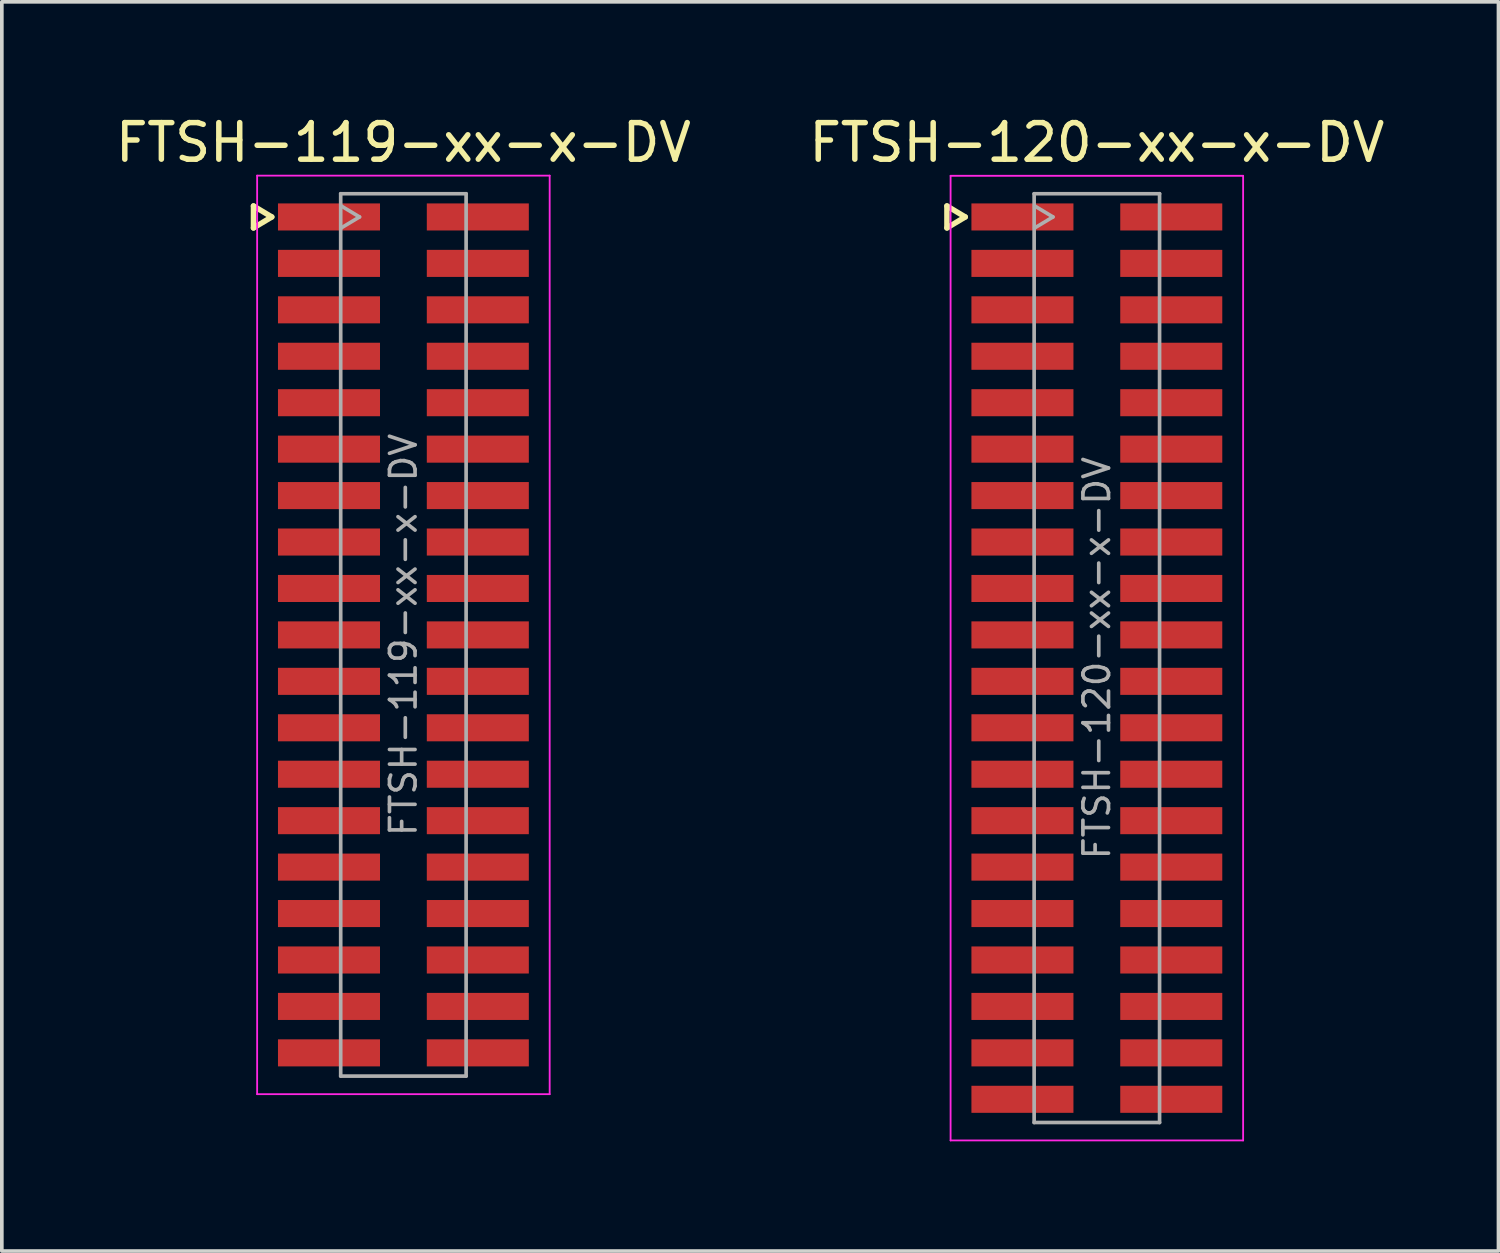
<source format=kicad_pcb>
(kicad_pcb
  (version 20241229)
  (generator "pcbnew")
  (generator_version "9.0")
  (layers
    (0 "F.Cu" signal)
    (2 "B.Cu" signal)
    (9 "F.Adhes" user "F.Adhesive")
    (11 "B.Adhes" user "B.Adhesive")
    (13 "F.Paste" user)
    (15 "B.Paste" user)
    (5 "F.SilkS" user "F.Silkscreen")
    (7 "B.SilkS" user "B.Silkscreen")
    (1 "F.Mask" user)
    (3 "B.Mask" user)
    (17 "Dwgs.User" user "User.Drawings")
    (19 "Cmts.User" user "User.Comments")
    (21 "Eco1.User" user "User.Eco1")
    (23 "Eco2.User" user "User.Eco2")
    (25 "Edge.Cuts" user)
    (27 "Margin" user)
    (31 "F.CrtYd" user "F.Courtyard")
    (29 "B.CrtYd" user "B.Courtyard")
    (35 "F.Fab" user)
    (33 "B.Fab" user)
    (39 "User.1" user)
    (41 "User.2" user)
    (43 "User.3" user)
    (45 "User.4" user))
  (footprint "FTSH-120-xx-x-DV"
    (layer "F.Cu")
    (at 26.946 14.948)
    (property "Reference" "FTSH-120-xx-x-DV" (at 0 -14.1 0) (layer "F.SilkS") (effects (font (size 1 1) (thickness 0.15))))
    (attr smd)
    (fp_line (start -4.1 -12.365) (end -4.1 -11.765) (stroke (width 0.15) (type solid)) (layer "F.SilkS"))
    (fp_line (start -4.1 -11.765) (end -3.6 -12.065) (stroke (width 0.15) (type solid)) (layer "F.SilkS"))
    (fp_line (start -3.6 -12.065) (end -4.1 -12.365) (stroke (width 0.15) (type solid)) (layer "F.SilkS"))
    (fp_line (start -4 -13.19) (end 4 -13.19) (stroke (width 0.05) (type solid)) (layer "F.CrtYd"))
    (fp_line (start -4 13.19) (end -4 -13.19) (stroke (width 0.05) (type solid)) (layer "F.CrtYd"))
    (fp_line (start 4 -13.19) (end 4 13.19) (stroke (width 0.05) (type solid)) (layer "F.CrtYd"))
    (fp_line (start 4 13.19) (end -4 13.19) (stroke (width 0.05) (type solid)) (layer "F.CrtYd"))
    (fp_line (start -1.715 -12.7) (end -1.715 12.7) (stroke (width 0.1) (type solid)) (layer "F.Fab"))
    (fp_line (start -1.715 -12.7) (end 1.715 -12.7) (stroke (width 0.1) (type solid)) (layer "F.Fab"))
    (fp_line (start -1.715 12.7) (end 1.715 12.7) (stroke (width 0.1) (type solid)) (layer "F.Fab"))
    (fp_line (start -1.7 -11.765) (end -1.2 -12.065) (stroke (width 0.1) (type solid)) (layer "F.Fab"))
    (fp_line (start -1.2 -12.065) (end -1.7 -12.365) (stroke (width 0.1) (type solid)) (layer "F.Fab"))
    (fp_line (start 1.715 -12.7) (end 1.715 12.7) (stroke (width 0.1) (type solid)) (layer "F.Fab"))
    (fp_text user "${REFERENCE}" (at 0 0 270) (layer "F.Fab") (effects (font (size 0.7 0.7) (thickness 0.1))))
    (pad "1" smd rect (at -2.035 -12.065) (size 2.79 0.74) (layers "F.Cu" "F.Mask" "F.Paste"))
    (pad "2" smd rect (at 2.035 -12.065) (size 2.79 0.74) (layers "F.Cu" "F.Mask" "F.Paste"))
    (pad "3" smd rect (at -2.035 -10.795) (size 2.79 0.74) (layers "F.Cu" "F.Mask" "F.Paste"))
    (pad "4" smd rect (at 2.035 -10.795) (size 2.79 0.74) (layers "F.Cu" "F.Mask" "F.Paste"))
    (pad "5" smd rect (at -2.035 -9.525) (size 2.79 0.74) (layers "F.Cu" "F.Mask" "F.Paste"))
    (pad "6" smd rect (at 2.035 -9.525) (size 2.79 0.74) (layers "F.Cu" "F.Mask" "F.Paste"))
    (pad "7" smd rect (at -2.035 -8.255) (size 2.79 0.74) (layers "F.Cu" "F.Mask" "F.Paste"))
    (pad "8" smd rect (at 2.035 -8.255) (size 2.79 0.74) (layers "F.Cu" "F.Mask" "F.Paste"))
    (pad "9" smd rect (at -2.035 -6.985) (size 2.79 0.74) (layers "F.Cu" "F.Mask" "F.Paste"))
    (pad "10" smd rect (at 2.035 -6.985) (size 2.79 0.74) (layers "F.Cu" "F.Mask" "F.Paste"))
    (pad "11" smd rect (at -2.035 -5.715) (size 2.79 0.74) (layers "F.Cu" "F.Mask" "F.Paste"))
    (pad "12" smd rect (at 2.035 -5.715) (size 2.79 0.74) (layers "F.Cu" "F.Mask" "F.Paste"))
    (pad "13" smd rect (at -2.035 -4.445) (size 2.79 0.74) (layers "F.Cu" "F.Mask" "F.Paste"))
    (pad "14" smd rect (at 2.035 -4.445) (size 2.79 0.74) (layers "F.Cu" "F.Mask" "F.Paste"))
    (pad "15" smd rect (at -2.035 -3.175) (size 2.79 0.74) (layers "F.Cu" "F.Mask" "F.Paste"))
    (pad "16" smd rect (at 2.035 -3.175) (size 2.79 0.74) (layers "F.Cu" "F.Mask" "F.Paste"))
    (pad "17" smd rect (at -2.035 -1.905) (size 2.79 0.74) (layers "F.Cu" "F.Mask" "F.Paste"))
    (pad "18" smd rect (at 2.035 -1.905) (size 2.79 0.74) (layers "F.Cu" "F.Mask" "F.Paste"))
    (pad "19" smd rect (at -2.035 -0.635) (size 2.79 0.74) (layers "F.Cu" "F.Mask" "F.Paste"))
    (pad "20" smd rect (at 2.035 -0.635) (size 2.79 0.74) (layers "F.Cu" "F.Mask" "F.Paste"))
    (pad "21" smd rect (at -2.035 0.635) (size 2.79 0.74) (layers "F.Cu" "F.Mask" "F.Paste"))
    (pad "22" smd rect (at 2.035 0.635) (size 2.79 0.74) (layers "F.Cu" "F.Mask" "F.Paste"))
    (pad "23" smd rect (at -2.035 1.905) (size 2.79 0.74) (layers "F.Cu" "F.Mask" "F.Paste"))
    (pad "24" smd rect (at 2.035 1.905) (size 2.79 0.74) (layers "F.Cu" "F.Mask" "F.Paste"))
    (pad "25" smd rect (at -2.035 3.175) (size 2.79 0.74) (layers "F.Cu" "F.Mask" "F.Paste"))
    (pad "26" smd rect (at 2.035 3.175) (size 2.79 0.74) (layers "F.Cu" "F.Mask" "F.Paste"))
    (pad "27" smd rect (at -2.035 4.445) (size 2.79 0.74) (layers "F.Cu" "F.Mask" "F.Paste"))
    (pad "28" smd rect (at 2.035 4.445) (size 2.79 0.74) (layers "F.Cu" "F.Mask" "F.Paste"))
    (pad "29" smd rect (at -2.035 5.715) (size 2.79 0.74) (layers "F.Cu" "F.Mask" "F.Paste"))
    (pad "30" smd rect (at 2.035 5.715) (size 2.79 0.74) (layers "F.Cu" "F.Mask" "F.Paste"))
    (pad "31" smd rect (at -2.035 6.985) (size 2.79 0.74) (layers "F.Cu" "F.Mask" "F.Paste"))
    (pad "32" smd rect (at 2.035 6.985) (size 2.79 0.74) (layers "F.Cu" "F.Mask" "F.Paste"))
    (pad "33" smd rect (at -2.035 8.255) (size 2.79 0.74) (layers "F.Cu" "F.Mask" "F.Paste"))
    (pad "34" smd rect (at 2.035 8.255) (size 2.79 0.74) (layers "F.Cu" "F.Mask" "F.Paste"))
    (pad "35" smd rect (at -2.035 9.525) (size 2.79 0.74) (layers "F.Cu" "F.Mask" "F.Paste"))
    (pad "36" smd rect (at 2.035 9.525) (size 2.79 0.74) (layers "F.Cu" "F.Mask" "F.Paste"))
    (pad "37" smd rect (at -2.035 10.795) (size 2.79 0.74) (layers "F.Cu" "F.Mask" "F.Paste"))
    (pad "38" smd rect (at 2.035 10.795) (size 2.79 0.74) (layers "F.Cu" "F.Mask" "F.Paste"))
    (pad "39" smd rect (at -2.035 12.065) (size 2.79 0.74) (layers "F.Cu" "F.Mask" "F.Paste"))
    (pad "40" smd rect (at 2.035 12.065) (size 2.79 0.74) (layers "F.Cu" "F.Mask" "F.Paste")))
  (footprint "FTSH-119-xx-x-DV"
    (layer "F.Cu")
    (at 7.982 14.313)
    (property "Reference" "FTSH-119-xx-x-DV" (at 0 -13.465 0) (layer "F.SilkS") (effects (font (size 1 1) (thickness 0.15))))
    (attr smd)
    (fp_line (start -4.1 -11.73) (end -4.1 -11.13) (stroke (width 0.15) (type solid)) (layer "F.SilkS"))
    (fp_line (start -4.1 -11.13) (end -3.6 -11.43) (stroke (width 0.15) (type solid)) (layer "F.SilkS"))
    (fp_line (start -3.6 -11.43) (end -4.1 -11.73) (stroke (width 0.15) (type solid)) (layer "F.SilkS"))
    (fp_line (start -4 -12.56) (end 4 -12.56) (stroke (width 0.05) (type solid)) (layer "F.CrtYd"))
    (fp_line (start -4 12.56) (end -4 -12.56) (stroke (width 0.05) (type solid)) (layer "F.CrtYd"))
    (fp_line (start 4 -12.56) (end 4 12.56) (stroke (width 0.05) (type solid)) (layer "F.CrtYd"))
    (fp_line (start 4 12.56) (end -4 12.56) (stroke (width 0.05) (type solid)) (layer "F.CrtYd"))
    (fp_line (start -1.715 -12.065) (end -1.715 12.065) (stroke (width 0.1) (type solid)) (layer "F.Fab"))
    (fp_line (start -1.715 -12.065) (end 1.715 -12.065) (stroke (width 0.1) (type solid)) (layer "F.Fab"))
    (fp_line (start -1.715 12.065) (end 1.715 12.065) (stroke (width 0.1) (type solid)) (layer "F.Fab"))
    (fp_line (start -1.7 -11.13) (end -1.2 -11.43) (stroke (width 0.1) (type solid)) (layer "F.Fab"))
    (fp_line (start -1.2 -11.43) (end -1.7 -11.73) (stroke (width 0.1) (type solid)) (layer "F.Fab"))
    (fp_line (start 1.715 -12.065) (end 1.715 12.065) (stroke (width 0.1) (type solid)) (layer "F.Fab"))
    (fp_text user "${REFERENCE}" (at 0 0 270) (layer "F.Fab") (effects (font (size 0.7 0.7) (thickness 0.1))))
    (pad "1" smd rect (at -2.035 -11.43) (size 2.79 0.74) (layers "F.Cu" "F.Mask" "F.Paste"))
    (pad "2" smd rect (at 2.035 -11.43) (size 2.79 0.74) (layers "F.Cu" "F.Mask" "F.Paste"))
    (pad "3" smd rect (at -2.035 -10.16) (size 2.79 0.74) (layers "F.Cu" "F.Mask" "F.Paste"))
    (pad "4" smd rect (at 2.035 -10.16) (size 2.79 0.74) (layers "F.Cu" "F.Mask" "F.Paste"))
    (pad "5" smd rect (at -2.035 -8.89) (size 2.79 0.74) (layers "F.Cu" "F.Mask" "F.Paste"))
    (pad "6" smd rect (at 2.035 -8.89) (size 2.79 0.74) (layers "F.Cu" "F.Mask" "F.Paste"))
    (pad "7" smd rect (at -2.035 -7.62) (size 2.79 0.74) (layers "F.Cu" "F.Mask" "F.Paste"))
    (pad "8" smd rect (at 2.035 -7.62) (size 2.79 0.74) (layers "F.Cu" "F.Mask" "F.Paste"))
    (pad "9" smd rect (at -2.035 -6.35) (size 2.79 0.74) (layers "F.Cu" "F.Mask" "F.Paste"))
    (pad "10" smd rect (at 2.035 -6.35) (size 2.79 0.74) (layers "F.Cu" "F.Mask" "F.Paste"))
    (pad "11" smd rect (at -2.035 -5.08) (size 2.79 0.74) (layers "F.Cu" "F.Mask" "F.Paste"))
    (pad "12" smd rect (at 2.035 -5.08) (size 2.79 0.74) (layers "F.Cu" "F.Mask" "F.Paste"))
    (pad "13" smd rect (at -2.035 -3.81) (size 2.79 0.74) (layers "F.Cu" "F.Mask" "F.Paste"))
    (pad "14" smd rect (at 2.035 -3.81) (size 2.79 0.74) (layers "F.Cu" "F.Mask" "F.Paste"))
    (pad "15" smd rect (at -2.035 -2.54) (size 2.79 0.74) (layers "F.Cu" "F.Mask" "F.Paste"))
    (pad "16" smd rect (at 2.035 -2.54) (size 2.79 0.74) (layers "F.Cu" "F.Mask" "F.Paste"))
    (pad "17" smd rect (at -2.035 -1.27) (size 2.79 0.74) (layers "F.Cu" "F.Mask" "F.Paste"))
    (pad "18" smd rect (at 2.035 -1.27) (size 2.79 0.74) (layers "F.Cu" "F.Mask" "F.Paste"))
    (pad "19" smd rect (at -2.035 0) (size 2.79 0.74) (layers "F.Cu" "F.Mask" "F.Paste"))
    (pad "20" smd rect (at 2.035 0) (size 2.79 0.74) (layers "F.Cu" "F.Mask" "F.Paste"))
    (pad "21" smd rect (at -2.035 1.27) (size 2.79 0.74) (layers "F.Cu" "F.Mask" "F.Paste"))
    (pad "22" smd rect (at 2.035 1.27) (size 2.79 0.74) (layers "F.Cu" "F.Mask" "F.Paste"))
    (pad "23" smd rect (at -2.035 2.54) (size 2.79 0.74) (layers "F.Cu" "F.Mask" "F.Paste"))
    (pad "24" smd rect (at 2.035 2.54) (size 2.79 0.74) (layers "F.Cu" "F.Mask" "F.Paste"))
    (pad "25" smd rect (at -2.035 3.81) (size 2.79 0.74) (layers "F.Cu" "F.Mask" "F.Paste"))
    (pad "26" smd rect (at 2.035 3.81) (size 2.79 0.74) (layers "F.Cu" "F.Mask" "F.Paste"))
    (pad "27" smd rect (at -2.035 5.08) (size 2.79 0.74) (layers "F.Cu" "F.Mask" "F.Paste"))
    (pad "28" smd rect (at 2.035 5.08) (size 2.79 0.74) (layers "F.Cu" "F.Mask" "F.Paste"))
    (pad "29" smd rect (at -2.035 6.35) (size 2.79 0.74) (layers "F.Cu" "F.Mask" "F.Paste"))
    (pad "30" smd rect (at 2.035 6.35) (size 2.79 0.74) (layers "F.Cu" "F.Mask" "F.Paste"))
    (pad "31" smd rect (at -2.035 7.62) (size 2.79 0.74) (layers "F.Cu" "F.Mask" "F.Paste"))
    (pad "32" smd rect (at 2.035 7.62) (size 2.79 0.74) (layers "F.Cu" "F.Mask" "F.Paste"))
    (pad "33" smd rect (at -2.035 8.89) (size 2.79 0.74) (layers "F.Cu" "F.Mask" "F.Paste"))
    (pad "34" smd rect (at 2.035 8.89) (size 2.79 0.74) (layers "F.Cu" "F.Mask" "F.Paste"))
    (pad "35" smd rect (at -2.035 10.16) (size 2.79 0.74) (layers "F.Cu" "F.Mask" "F.Paste"))
    (pad "36" smd rect (at 2.035 10.16) (size 2.79 0.74) (layers "F.Cu" "F.Mask" "F.Paste"))
    (pad "37" smd rect (at -2.035 11.43) (size 2.79 0.74) (layers "F.Cu" "F.Mask" "F.Paste"))
    (pad "38" smd rect (at 2.035 11.43) (size 2.79 0.74) (layers "F.Cu" "F.Mask" "F.Paste")))
  (gr_rect
    (start -3 -3)
    (end 37.929 31.163)
    (stroke (width 0.1) (type default))
    (fill no)
    (layer "Edge.Cuts")))
</source>
